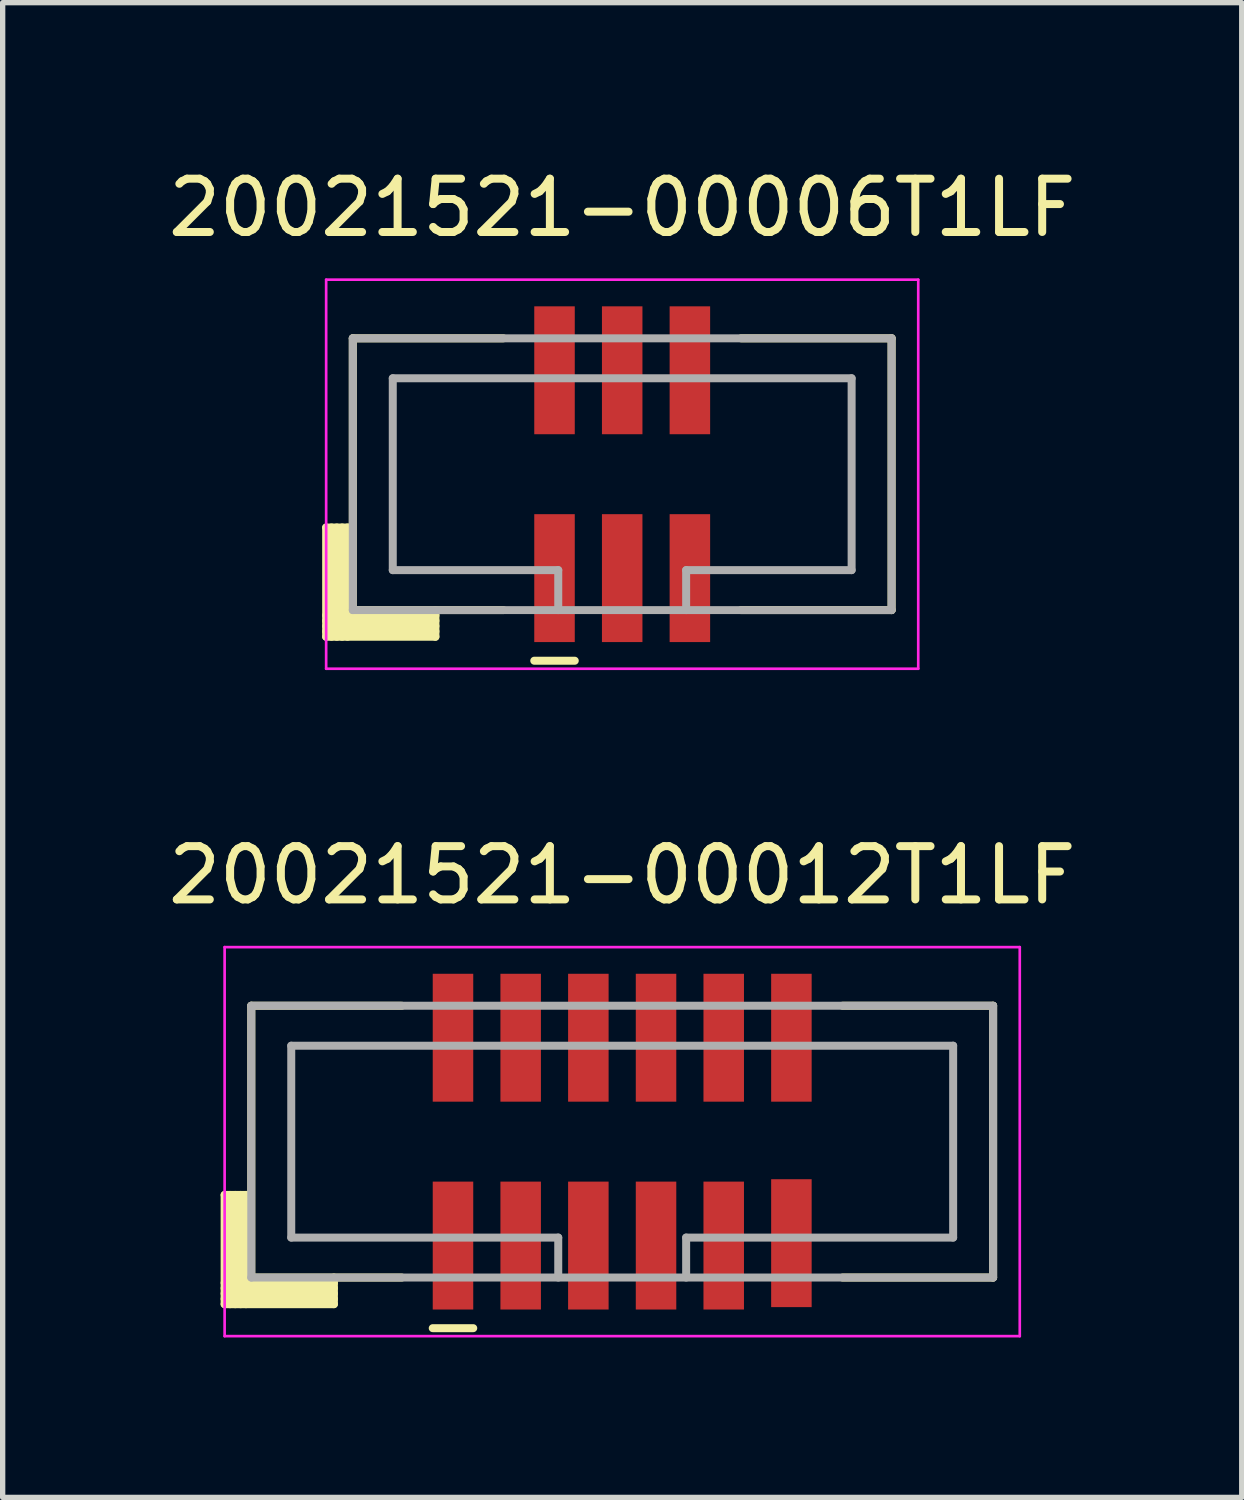
<source format=kicad_pcb>
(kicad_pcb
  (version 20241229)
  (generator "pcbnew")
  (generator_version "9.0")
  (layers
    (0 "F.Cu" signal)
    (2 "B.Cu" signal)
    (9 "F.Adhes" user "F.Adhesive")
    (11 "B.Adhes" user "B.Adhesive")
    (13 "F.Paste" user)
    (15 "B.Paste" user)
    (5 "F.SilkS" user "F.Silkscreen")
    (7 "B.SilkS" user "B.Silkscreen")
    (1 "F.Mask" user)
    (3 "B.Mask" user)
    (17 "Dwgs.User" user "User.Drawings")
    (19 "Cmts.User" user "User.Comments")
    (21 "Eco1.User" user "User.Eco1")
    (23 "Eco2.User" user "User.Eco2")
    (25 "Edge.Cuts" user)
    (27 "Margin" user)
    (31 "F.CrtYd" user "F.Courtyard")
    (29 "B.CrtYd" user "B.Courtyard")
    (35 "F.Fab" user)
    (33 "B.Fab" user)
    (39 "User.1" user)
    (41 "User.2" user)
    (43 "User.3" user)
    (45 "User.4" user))
  (footprint "20021521-00006T1LF"
    (layer "F.Cu")
    (at 8.625 5.848)
    (property "Reference" "20021521-00006T1LF" (at 0 -5 0) (layer "F.SilkS") (effects (font (size 1 1) (thickness 0.15))))
    (attr smd)
    (fp_line (start -5.555 1) (end -5.555 3.05) (stroke (width 0.15) (type solid)) (layer "F.SilkS"))
    (fp_line (start -5.555 1) (end -5.08 1) (stroke (width 0.15) (type solid)) (layer "F.SilkS"))
    (fp_line (start -5.555 2.65) (end -3.505 2.65) (stroke (width 0.15) (type solid)) (layer "F.SilkS"))
    (fp_line (start -5.555 2.75) (end -3.505 2.75) (stroke (width 0.15) (type solid)) (layer "F.SilkS"))
    (fp_line (start -5.555 2.85) (end -3.505 2.85) (stroke (width 0.15) (type solid)) (layer "F.SilkS"))
    (fp_line (start -5.555 2.95) (end -3.505 2.95) (stroke (width 0.15) (type solid)) (layer "F.SilkS"))
    (fp_line (start -5.555 3.05) (end -3.505 3.05) (stroke (width 0.15) (type solid)) (layer "F.SilkS"))
    (fp_line (start -5.455 1) (end -5.455 3.05) (stroke (width 0.15) (type solid)) (layer "F.SilkS"))
    (fp_line (start -5.355 1) (end -5.355 3.05) (stroke (width 0.15) (type solid)) (layer "F.SilkS"))
    (fp_line (start -5.255 1) (end -5.255 3.05) (stroke (width 0.15) (type solid)) (layer "F.SilkS"))
    (fp_line (start -5.155 1) (end -5.155 3.05) (stroke (width 0.15) (type solid)) (layer "F.SilkS"))
    (fp_line (start -5.055 -2.55) (end -5.055 2.55) (stroke (width 0.15) (type solid)) (layer "F.SilkS"))
    (fp_line (start -5.055 -2.55) (end -2.23 -2.55) (stroke (width 0.15) (type solid)) (layer "F.SilkS"))
    (fp_line (start -5.055 2.55) (end -2.23 2.55) (stroke (width 0.15) (type solid)) (layer "F.SilkS"))
    (fp_line (start -3.505 2.55) (end -3.505 3.05) (stroke (width 0.15) (type solid)) (layer "F.SilkS"))
    (fp_line (start -1.65 3.5) (end -0.89 3.5) (stroke (width 0.15) (type solid)) (layer "F.SilkS"))
    (fp_line (start 2.23 -2.55) (end 5.055 -2.55) (stroke (width 0.15) (type solid)) (layer "F.SilkS"))
    (fp_line (start 2.23 2.55) (end 5.055 2.55) (stroke (width 0.15) (type solid)) (layer "F.SilkS"))
    (fp_line (start 5.055 -2.55) (end 5.055 2.55) (stroke (width 0.15) (type solid)) (layer "F.SilkS"))
    (fp_line (start -5.555 -3.65) (end -5.555 3.65) (stroke (width 0.05) (type solid)) (layer "F.CrtYd"))
    (fp_line (start -5.555 -3.65) (end 5.555 -3.65) (stroke (width 0.05) (type solid)) (layer "F.CrtYd"))
    (fp_line (start -5.555 3.65) (end 5.555 3.65) (stroke (width 0.05) (type solid)) (layer "F.CrtYd"))
    (fp_line (start 5.555 -3.65) (end 5.555 3.65) (stroke (width 0.05) (type solid)) (layer "F.CrtYd"))
    (fp_line (start -5.055 -2.55) (end -5.055 2.55) (stroke (width 0.15) (type solid)) (layer "F.Fab"))
    (fp_line (start -5.055 -2.55) (end 5.055 -2.55) (stroke (width 0.15) (type solid)) (layer "F.Fab"))
    (fp_line (start -5.055 2.55) (end 5.055 2.55) (stroke (width 0.15) (type solid)) (layer "F.Fab"))
    (fp_line (start -4.305 -1.8) (end -4.305 1.8) (stroke (width 0.15) (type solid)) (layer "F.Fab"))
    (fp_line (start -4.305 -1.8) (end 4.305 -1.8) (stroke (width 0.15) (type solid)) (layer "F.Fab"))
    (fp_line (start -4.305 1.8) (end -1.2 1.8) (stroke (width 0.15) (type solid)) (layer "F.Fab"))
    (fp_line (start -1.2 1.8) (end -1.2 2.55) (stroke (width 0.15) (type solid)) (layer "F.Fab"))
    (fp_line (start 1.2 1.8) (end 1.2 2.55) (stroke (width 0.15) (type solid)) (layer "F.Fab"))
    (fp_line (start 1.2 1.8) (end 4.305 1.8) (stroke (width 0.15) (type solid)) (layer "F.Fab"))
    (fp_line (start 4.305 -1.8) (end 4.305 1.8) (stroke (width 0.15) (type solid)) (layer "F.Fab"))
    (fp_line (start 5.055 -2.55) (end 5.055 2.55) (stroke (width 0.15) (type solid)) (layer "F.Fab"))
    (pad "1" smd rect (at -1.27 1.95) (size 0.76 2.4) (layers "F.Cu" "F.Mask" "F.Paste"))
    (pad "2" smd rect (at -1.27 -1.95) (size 0.76 2.4) (layers "F.Cu" "F.Mask" "F.Paste"))
    (pad "3" smd rect (at 0 1.95) (size 0.76 2.4) (layers "F.Cu" "F.Mask" "F.Paste"))
    (pad "4" smd rect (at 0 -1.95) (size 0.76 2.4) (layers "F.Cu" "F.Mask" "F.Paste"))
    (pad "5" smd rect (at 1.27 1.95) (size 0.76 2.4) (layers "F.Cu" "F.Mask" "F.Paste"))
    (pad "6" smd rect (at 1.27 -1.95) (size 0.76 2.4) (layers "F.Cu" "F.Mask" "F.Paste")))
  (footprint "20021521-00012T1LF"
    (layer "F.Cu")
    (at 8.625 18.372)
    (property "Reference" "20021521-00012T1LF" (at 0 -5 0) (layer "F.SilkS") (effects (font (size 1 1) (thickness 0.15))))
    (attr smd)
    (fp_line (start -7.46 1) (end -7.46 3.05) (stroke (width 0.15) (type solid)) (layer "F.SilkS"))
    (fp_line (start -7.46 1) (end -6.985 1) (stroke (width 0.15) (type solid)) (layer "F.SilkS"))
    (fp_line (start -7.46 2.65) (end -5.41 2.65) (stroke (width 0.15) (type solid)) (layer "F.SilkS"))
    (fp_line (start -7.46 2.75) (end -5.41 2.75) (stroke (width 0.15) (type solid)) (layer "F.SilkS"))
    (fp_line (start -7.46 2.85) (end -5.41 2.85) (stroke (width 0.15) (type solid)) (layer "F.SilkS"))
    (fp_line (start -7.46 2.95) (end -5.41 2.95) (stroke (width 0.15) (type solid)) (layer "F.SilkS"))
    (fp_line (start -7.46 3.05) (end -5.41 3.05) (stroke (width 0.15) (type solid)) (layer "F.SilkS"))
    (fp_line (start -7.36 1) (end -7.36 3.05) (stroke (width 0.15) (type solid)) (layer "F.SilkS"))
    (fp_line (start -7.26 1) (end -7.26 3.05) (stroke (width 0.15) (type solid)) (layer "F.SilkS"))
    (fp_line (start -7.16 1) (end -7.16 3.05) (stroke (width 0.15) (type solid)) (layer "F.SilkS"))
    (fp_line (start -7.06 1) (end -7.06 3.05) (stroke (width 0.15) (type solid)) (layer "F.SilkS"))
    (fp_line (start -6.96 -2.55) (end -6.96 2.55) (stroke (width 0.15) (type solid)) (layer "F.SilkS"))
    (fp_line (start -6.96 -2.55) (end -4.135 -2.55) (stroke (width 0.15) (type solid)) (layer "F.SilkS"))
    (fp_line (start -6.96 2.55) (end -4.135 2.55) (stroke (width 0.15) (type solid)) (layer "F.SilkS"))
    (fp_line (start -5.41 2.55) (end -5.41 3.05) (stroke (width 0.15) (type solid)) (layer "F.SilkS"))
    (fp_line (start -3.555 3.5) (end -2.795 3.5) (stroke (width 0.15) (type solid)) (layer "F.SilkS"))
    (fp_line (start 4.135 -2.55) (end 6.96 -2.55) (stroke (width 0.15) (type solid)) (layer "F.SilkS"))
    (fp_line (start 4.135 2.55) (end 6.96 2.55) (stroke (width 0.15) (type solid)) (layer "F.SilkS"))
    (fp_line (start 6.96 -2.55) (end 6.96 2.55) (stroke (width 0.15) (type solid)) (layer "F.SilkS"))
    (fp_line (start -7.46 -3.65) (end -7.46 3.65) (stroke (width 0.05) (type solid)) (layer "F.CrtYd"))
    (fp_line (start -7.46 -3.65) (end 7.46 -3.65) (stroke (width 0.05) (type solid)) (layer "F.CrtYd"))
    (fp_line (start -7.46 3.65) (end 7.46 3.65) (stroke (width 0.05) (type solid)) (layer "F.CrtYd"))
    (fp_line (start 7.46 -3.65) (end 7.46 3.65) (stroke (width 0.05) (type solid)) (layer "F.CrtYd"))
    (fp_line (start -6.96 -2.55) (end -6.96 2.55) (stroke (width 0.15) (type solid)) (layer "F.Fab"))
    (fp_line (start -6.96 -2.55) (end 6.96 -2.55) (stroke (width 0.15) (type solid)) (layer "F.Fab"))
    (fp_line (start -6.96 2.55) (end 6.96 2.55) (stroke (width 0.15) (type solid)) (layer "F.Fab"))
    (fp_line (start -6.21 -1.8) (end -6.21 1.8) (stroke (width 0.15) (type solid)) (layer "F.Fab"))
    (fp_line (start -6.21 -1.8) (end 6.21 -1.8) (stroke (width 0.15) (type solid)) (layer "F.Fab"))
    (fp_line (start -6.21 1.8) (end -1.2 1.8) (stroke (width 0.15) (type solid)) (layer "F.Fab"))
    (fp_line (start -1.2 1.8) (end -1.2 2.55) (stroke (width 0.15) (type solid)) (layer "F.Fab"))
    (fp_line (start 1.2 1.8) (end 1.2 2.55) (stroke (width 0.15) (type solid)) (layer "F.Fab"))
    (fp_line (start 1.2 1.8) (end 6.21 1.8) (stroke (width 0.15) (type solid)) (layer "F.Fab"))
    (fp_line (start 6.21 -1.8) (end 6.21 1.8) (stroke (width 0.15) (type solid)) (layer "F.Fab"))
    (fp_line (start 6.96 -2.55) (end 6.96 2.55) (stroke (width 0.15) (type solid)) (layer "F.Fab"))
    (pad "1" smd rect (at -3.175 1.95) (size 0.76 2.4) (layers "F.Cu" "F.Mask" "F.Paste"))
    (pad "2" smd rect (at -3.175 -1.95) (size 0.76 2.4) (layers "F.Cu" "F.Mask" "F.Paste"))
    (pad "3" smd rect (at -1.905 1.95) (size 0.76 2.4) (layers "F.Cu" "F.Mask" "F.Paste"))
    (pad "4" smd rect (at -1.905 -1.95) (size 0.76 2.4) (layers "F.Cu" "F.Mask" "F.Paste"))
    (pad "5" smd rect (at -0.635 1.95) (size 0.76 2.4) (layers "F.Cu" "F.Mask" "F.Paste"))
    (pad "6" smd rect (at -0.635 -1.95) (size 0.76 2.4) (layers "F.Cu" "F.Mask" "F.Paste"))
    (pad "7" smd rect (at 0.635 1.95) (size 0.76 2.4) (layers "F.Cu" "F.Mask" "F.Paste"))
    (pad "8" smd rect (at 0.635 -1.95) (size 0.76 2.4) (layers "F.Cu" "F.Mask" "F.Paste"))
    (pad "9" smd rect (at 1.905 1.95) (size 0.76 2.4) (layers "F.Cu" "F.Mask" "F.Paste"))
    (pad "10" smd rect (at 1.905 -1.95) (size 0.76 2.4) (layers "F.Cu" "F.Mask" "F.Paste"))
    (pad "11" smd rect (at 3.175 1.905) (size 0.76 2.4) (layers "F.Cu" "F.Mask" "F.Paste"))
    (pad "12" smd rect (at 3.175 -1.95) (size 0.76 2.4) (layers "F.Cu" "F.Mask" "F.Paste")))
  (gr_rect
    (start -3 -3)
    (end 20.25 25.047)
    (stroke (width 0.1) (type default))
    (fill no)
    (layer "Edge.Cuts")))
</source>
